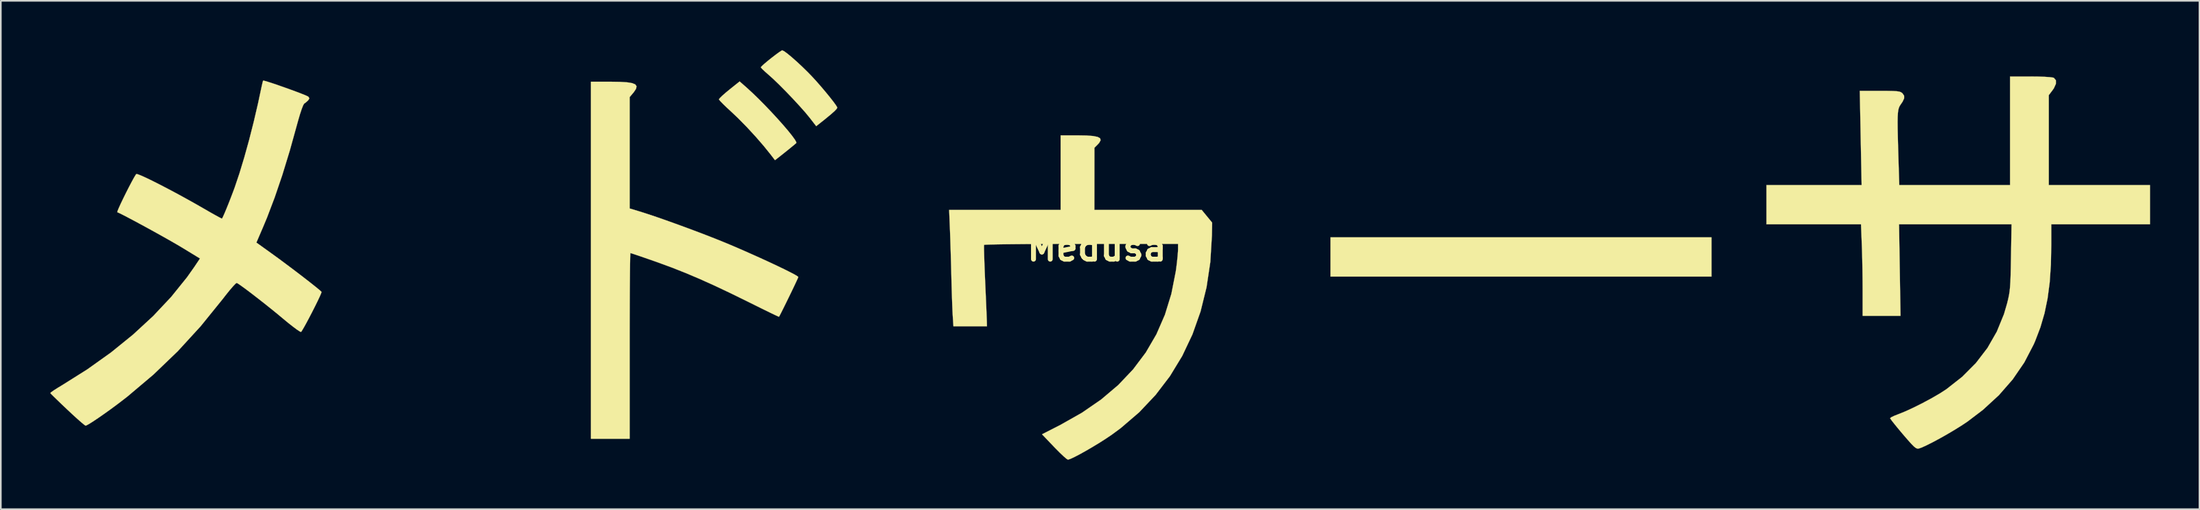
<source format=kicad_pcb>
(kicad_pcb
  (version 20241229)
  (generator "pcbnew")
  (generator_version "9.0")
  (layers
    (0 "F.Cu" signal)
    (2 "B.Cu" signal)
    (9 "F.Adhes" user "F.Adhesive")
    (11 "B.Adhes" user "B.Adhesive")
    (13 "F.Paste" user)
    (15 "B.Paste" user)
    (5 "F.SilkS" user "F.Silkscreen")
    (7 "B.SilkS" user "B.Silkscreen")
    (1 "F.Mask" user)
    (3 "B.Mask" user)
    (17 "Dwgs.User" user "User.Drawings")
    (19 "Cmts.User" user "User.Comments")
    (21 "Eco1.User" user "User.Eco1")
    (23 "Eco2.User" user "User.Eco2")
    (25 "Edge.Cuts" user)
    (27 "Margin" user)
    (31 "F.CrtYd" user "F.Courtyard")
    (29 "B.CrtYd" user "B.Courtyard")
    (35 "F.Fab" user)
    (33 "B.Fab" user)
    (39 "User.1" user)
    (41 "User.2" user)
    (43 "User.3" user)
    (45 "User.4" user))
  (footprint "Medusa"
    (layer "F.Cu")
    (at 63.524 11.991)
    (property "Reference" "Medusa" (at 0 0 0) (layer "F.SilkS") (effects (font (size 1.524 1.524) (thickness 0.3))))
    (attr through_hole)
    (fp_poly (pts (xy 37.304 1.746) (xy 14.179 1.746) (xy 14.179 -0.635) (xy 37.304 -0.635) (xy 37.304 1.746)) (stroke (width 0.01) (type solid)) (fill yes) (layer "F.SilkS"))
    (fp_poly (pts (xy -21.248 -9.716) (xy -20.905 -9.402) (xy -20.533 -9.042) (xy -20.147 -8.652) (xy -19.761 -8.248) (xy -19.389 -7.845) (xy -19.045 -7.459) (xy -18.745 -7.108) (xy -18.502 -6.805) (xy -18.33 -6.568) (xy -18.243 -6.413) (xy -18.243 -6.36) (xy -18.362 -6.258) (xy -18.562 -6.093) (xy -18.806 -5.895) (xy -19.052 -5.698) (xy -19.262 -5.533) (xy -19.265 -5.53) (xy -19.537 -5.319) (xy -19.795 -5.656) (xy -20.225 -6.189) (xy -20.728 -6.768) (xy -21.262 -7.346) (xy -21.785 -7.877) (xy -22.167 -8.238) (xy -22.451 -8.5) (xy -22.688 -8.729) (xy -22.857 -8.903) (xy -22.936 -9.001) (xy -22.94 -9.011) (xy -22.884 -9.088) (xy -22.732 -9.237) (xy -22.509 -9.432) (xy -22.313 -9.593) (xy -21.683 -10.098) (xy -21.248 -9.716)) (stroke (width 0.01) (type solid)) (fill yes) (layer "F.SilkS"))
    (fp_poly (pts (xy -18.984 -11.933) (xy -18.787 -11.79) (xy -18.525 -11.574) (xy -18.219 -11.304) (xy -17.893 -11.001) (xy -17.566 -10.682) (xy -17.315 -10.424) (xy -17.044 -10.13) (xy -16.756 -9.802) (xy -16.471 -9.465) (xy -16.208 -9.144) (xy -15.988 -8.863) (xy -15.831 -8.647) (xy -15.757 -8.52) (xy -15.755 -8.515) (xy -15.787 -8.441) (xy -15.913 -8.305) (xy -16.143 -8.101) (xy -16.484 -7.82) (xy -16.763 -7.598) (xy -17.034 -7.383) (xy -17.421 -7.882) (xy -17.688 -8.207) (xy -18.039 -8.603) (xy -18.442 -9.039) (xy -18.866 -9.482) (xy -19.28 -9.899) (xy -19.654 -10.259) (xy -19.922 -10.499) (xy -20.143 -10.693) (xy -20.308 -10.85) (xy -20.391 -10.944) (xy -20.396 -10.955) (xy -20.339 -11.027) (xy -20.188 -11.165) (xy -19.976 -11.343) (xy -19.734 -11.537) (xy -19.492 -11.723) (xy -19.283 -11.875) (xy -19.138 -11.968) (xy -19.094 -11.986) (xy -18.984 -11.933)) (stroke (width 0.01) (type solid)) (fill yes) (layer "F.SilkS"))
    (fp_poly (pts (xy -28.953 -10.072) (xy -28.511 -10.045) (xy -28.2 -9.994) (xy -28.013 -9.915) (xy -27.939 -9.803) (xy -27.968 -9.654) (xy -28.093 -9.463) (xy -28.132 -9.415) (xy -28.357 -9.147) (xy -28.357 -2.388) (xy -27.807 -2.223) (xy -27.302 -2.063) (xy -26.688 -1.857) (xy -25.995 -1.614) (xy -25.256 -1.347) (xy -24.501 -1.068) (xy -23.761 -0.787) (xy -23.069 -0.516) (xy -22.456 -0.267) (xy -22.291 -0.198) (xy -21.685 0.061) (xy -21.078 0.328) (xy -20.486 0.593) (xy -19.926 0.849) (xy -19.413 1.09) (xy -18.963 1.306) (xy -18.594 1.491) (xy -18.32 1.636) (xy -18.159 1.735) (xy -18.121 1.774) (xy -18.154 1.856) (xy -18.243 2.051) (xy -18.374 2.329) (xy -18.533 2.661) (xy -18.707 3.019) (xy -18.881 3.374) (xy -19.041 3.698) (xy -19.173 3.961) (xy -19.264 4.135) (xy -19.294 4.186) (xy -19.363 4.158) (xy -19.551 4.071) (xy -19.84 3.932) (xy -20.211 3.751) (xy -20.648 3.535) (xy -21.128 3.297) (xy -22.214 2.764) (xy -23.197 2.299) (xy -24.105 1.89) (xy -24.965 1.526) (xy -25.805 1.194) (xy -26.653 0.883) (xy -26.814 0.826) (xy -27.256 0.672) (xy -27.649 0.536) (xy -27.97 0.427) (xy -28.196 0.352) (xy -28.305 0.319) (xy -28.311 0.318) (xy -28.319 0.395) (xy -28.326 0.618) (xy -28.333 0.975) (xy -28.339 1.453) (xy -28.344 2.039) (xy -28.349 2.721) (xy -28.352 3.486) (xy -28.355 4.321) (xy -28.357 5.215) (xy -28.357 5.953) (xy -28.357 11.589) (xy -30.707 11.589) (xy -30.707 -10.081) (xy -29.537 -10.081) (xy -28.953 -10.072)) (stroke (width 0.01) (type solid)) (fill yes) (layer "F.SilkS"))
    (fp_poly (pts (xy -0.629 -6.817) (xy -0.22 -6.785) (xy 0.053 -6.729) (xy 0.2 -6.644) (xy 0.226 -6.526) (xy 0.142 -6.372) (xy 0.039 -6.259) (xy -0.149 -6.072) (xy -0.15 -4.187) (xy -0.152 -2.302) (xy 3.104 -2.302) (xy 6.361 -2.302) (xy 6.678 -1.916) (xy 6.996 -1.529) (xy 6.983 -0.745) (xy 6.886 0.86) (xy 6.656 2.396) (xy 6.294 3.862) (xy 5.802 5.252) (xy 5.181 6.563) (xy 4.434 7.791) (xy 3.562 8.932) (xy 2.568 9.983) (xy 1.453 10.939) (xy 0.91 11.34) (xy 0.563 11.574) (xy 0.172 11.824) (xy -0.24 12.074) (xy -0.647 12.312) (xy -1.026 12.523) (xy -1.353 12.694) (xy -1.601 12.81) (xy -1.748 12.858) (xy -1.757 12.859) (xy -1.845 12.805) (xy -2.017 12.658) (xy -2.248 12.439) (xy -2.518 12.168) (xy -2.594 12.089) (xy -3.329 11.319) (xy -2.214 10.749) (xy -0.909 10.012) (xy 0.26 9.207) (xy 1.296 8.33) (xy 2.198 7.38) (xy 2.97 6.354) (xy 3.614 5.249) (xy 4.13 4.064) (xy 4.521 2.795) (xy 4.788 1.441) (xy 4.813 1.268) (xy 4.861 0.88) (xy 4.899 0.514) (xy 4.922 0.22) (xy 4.927 0.099) (xy 4.928 -0.238) (xy -0.943 -0.238) (xy -1.873 -0.237) (xy -2.758 -0.235) (xy -3.587 -0.232) (xy -4.348 -0.227) (xy -5.03 -0.221) (xy -5.621 -0.215) (xy -6.109 -0.207) (xy -6.483 -0.199) (xy -6.731 -0.19) (xy -6.842 -0.181) (xy -6.846 -0.179) (xy -6.851 -0.087) (xy -6.849 0.143) (xy -6.84 0.489) (xy -6.826 0.931) (xy -6.806 1.447) (xy -6.782 2.017) (xy -6.78 2.064) (xy -6.754 2.65) (xy -6.73 3.196) (xy -6.709 3.678) (xy -6.693 4.072) (xy -6.682 4.355) (xy -6.677 4.503) (xy -6.677 4.505) (xy -6.672 4.763) (xy -8.706 4.763) (xy -8.749 4.108) (xy -8.763 3.827) (xy -8.78 3.423) (xy -8.797 2.932) (xy -8.814 2.388) (xy -8.829 1.828) (xy -8.832 1.707) (xy -8.847 1.104) (xy -8.865 0.469) (xy -8.884 -0.151) (xy -8.902 -0.707) (xy -8.919 -1.155) (xy -8.92 -1.171) (xy -8.967 -2.302) (xy -2.199 -2.302) (xy -2.199 -6.826) (xy -1.18 -6.826) (xy -0.629 -6.817)) (stroke (width 0.01) (type solid)) (fill yes) (layer "F.SilkS"))
    (fp_poly (pts (xy 57.138 -10.393) (xy 57.534 -10.379) (xy 57.842 -10.358) (xy 58.036 -10.331) (xy 58.084 -10.316) (xy 58.208 -10.17) (xy 58.208 -9.953) (xy 58.085 -9.683) (xy 58.003 -9.565) (xy 57.776 -9.265) (xy 57.776 -3.81) (xy 63.917 -3.81) (xy 63.917 -1.429) (xy 57.927 -1.429) (xy 57.927 -0.179) (xy 57.904 1.021) (xy 57.831 2.095) (xy 57.703 3.069) (xy 57.517 3.971) (xy 57.267 4.825) (xy 56.949 5.658) (xy 56.859 5.865) (xy 56.289 6.96) (xy 55.586 7.986) (xy 54.748 8.945) (xy 53.773 9.84) (xy 52.836 10.551) (xy 52.473 10.792) (xy 52.052 11.054) (xy 51.6 11.321) (xy 51.146 11.577) (xy 50.717 11.807) (xy 50.34 11.996) (xy 50.044 12.129) (xy 49.89 12.182) (xy 49.807 12.189) (xy 49.715 12.155) (xy 49.596 12.064) (xy 49.432 11.899) (xy 49.205 11.645) (xy 48.923 11.318) (xy 48.655 10.999) (xy 48.427 10.72) (xy 48.256 10.504) (xy 48.161 10.371) (xy 48.146 10.342) (xy 48.212 10.287) (xy 48.387 10.201) (xy 48.633 10.103) (xy 48.658 10.094) (xy 49.082 9.922) (xy 49.589 9.688) (xy 50.135 9.414) (xy 50.674 9.124) (xy 51.163 8.84) (xy 51.557 8.586) (xy 51.558 8.585) (xy 52.521 7.829) (xy 53.353 6.993) (xy 54.053 6.08) (xy 54.621 5.089) (xy 55.057 4.023) (xy 55.247 3.373) (xy 55.31 3.115) (xy 55.36 2.881) (xy 55.397 2.645) (xy 55.424 2.38) (xy 55.445 2.059) (xy 55.46 1.657) (xy 55.472 1.146) (xy 55.482 0.575) (xy 55.516 -1.429) (xy 48.687 -1.429) (xy 48.732 1.349) (xy 48.777 4.128) (xy 46.478 4.128) (xy 46.478 2.6) (xy 46.475 2.005) (xy 46.467 1.354) (xy 46.454 0.707) (xy 46.439 0.122) (xy 46.428 -0.179) (xy 46.379 -1.429) (xy 40.64 -1.429) (xy 40.64 -3.81) (xy 46.416 -3.81) (xy 46.36 -6.668) (xy 46.305 -9.525) (xy 47.529 -9.525) (xy 47.991 -9.524) (xy 48.325 -9.517) (xy 48.557 -9.503) (xy 48.711 -9.479) (xy 48.812 -9.441) (xy 48.884 -9.387) (xy 48.903 -9.368) (xy 48.997 -9.228) (xy 48.998 -9.072) (xy 48.9 -8.865) (xy 48.777 -8.684) (xy 48.721 -8.596) (xy 48.677 -8.496) (xy 48.643 -8.365) (xy 48.619 -8.188) (xy 48.605 -7.949) (xy 48.6 -7.63) (xy 48.604 -7.215) (xy 48.615 -6.687) (xy 48.633 -6.03) (xy 48.651 -5.417) (xy 48.701 -3.81) (xy 52.063 -3.81) (xy 55.425 -3.81) (xy 55.425 -10.398) (xy 56.681 -10.398) (xy 57.138 -10.393)) (stroke (width 0.01) (type solid)) (fill yes) (layer "F.SilkS"))
    (fp_poly (pts (xy -50.527 -10.137) (xy -50.333 -10.081) (xy -50.05 -9.991) (xy -49.707 -9.874) (xy -49.329 -9.742) (xy -48.945 -9.604) (xy -48.58 -9.47) (xy -48.263 -9.349) (xy -48.02 -9.25) (xy -47.878 -9.184) (xy -47.857 -9.17) (xy -47.798 -9.072) (xy -47.86 -8.964) (xy -47.879 -8.943) (xy -48.029 -8.809) (xy -48.114 -8.749) (xy -48.173 -8.651) (xy -48.261 -8.427) (xy -48.368 -8.104) (xy -48.484 -7.708) (xy -48.531 -7.537) (xy -48.986 -5.899) (xy -49.442 -4.41) (xy -49.903 -3.056) (xy -50.37 -1.828) (xy -50.611 -1.251) (xy -51.012 -0.318) (xy -50.053 0.371) (xy -49.664 0.653) (xy -49.246 0.963) (xy -48.816 1.285) (xy -48.395 1.605) (xy -48 1.909) (xy -47.651 2.182) (xy -47.366 2.409) (xy -47.165 2.577) (xy -47.065 2.67) (xy -47.059 2.678) (xy -47.082 2.762) (xy -47.167 2.957) (xy -47.297 3.233) (xy -47.46 3.563) (xy -47.641 3.92) (xy -47.826 4.275) (xy -48 4.601) (xy -48.15 4.869) (xy -48.26 5.052) (xy -48.299 5.106) (xy -48.374 5.081) (xy -48.545 4.969) (xy -48.792 4.785) (xy -49.097 4.545) (xy -49.377 4.313) (xy -49.746 4.006) (xy -50.148 3.68) (xy -50.563 3.349) (xy -50.972 3.03) (xy -51.353 2.736) (xy -51.688 2.484) (xy -51.958 2.289) (xy -52.141 2.165) (xy -52.208 2.13) (xy -52.281 2.18) (xy -52.428 2.335) (xy -52.634 2.574) (xy -52.879 2.878) (xy -53.047 3.096) (xy -54.39 4.754) (xy -55.787 6.279) (xy -57.259 7.692) (xy -58.827 9.016) (xy -59.029 9.174) (xy -59.419 9.472) (xy -59.823 9.772) (xy -60.222 10.058) (xy -60.593 10.316) (xy -60.916 10.533) (xy -61.17 10.693) (xy -61.334 10.782) (xy -61.378 10.795) (xy -61.457 10.744) (xy -61.629 10.603) (xy -61.874 10.388) (xy -62.172 10.117) (xy -62.479 9.83) (xy -62.806 9.52) (xy -63.092 9.245) (xy -63.318 9.025) (xy -63.467 8.877) (xy -63.519 8.818) (xy -63.465 8.763) (xy -63.304 8.649) (xy -63.061 8.494) (xy -62.807 8.341) (xy -61.272 7.376) (xy -59.832 6.349) (xy -58.497 5.267) (xy -57.277 4.142) (xy -56.184 2.98) (xy -55.226 1.793) (xy -54.791 1.178) (xy -54.436 0.649) (xy -55.518 -0.011) (xy -55.814 -0.187) (xy -56.189 -0.403) (xy -56.622 -0.648) (xy -57.089 -0.908) (xy -57.569 -1.173) (xy -58.04 -1.429) (xy -58.479 -1.665) (xy -58.865 -1.869) (xy -59.175 -2.029) (xy -59.386 -2.131) (xy -59.456 -2.161) (xy -59.441 -2.232) (xy -59.366 -2.414) (xy -59.246 -2.679) (xy -59.093 -2.998) (xy -58.922 -3.344) (xy -58.747 -3.689) (xy -58.582 -4.003) (xy -58.441 -4.26) (xy -58.337 -4.432) (xy -58.302 -4.478) (xy -58.216 -4.466) (xy -58.013 -4.387) (xy -57.71 -4.25) (xy -57.325 -4.064) (xy -56.873 -3.836) (xy -56.371 -3.575) (xy -55.837 -3.291) (xy -55.288 -2.991) (xy -54.739 -2.685) (xy -54.217 -2.386) (xy -53.851 -2.175) (xy -53.535 -1.997) (xy -53.29 -1.863) (xy -53.139 -1.786) (xy -53.1 -1.772) (xy -53.046 -1.871) (xy -52.95 -2.086) (xy -52.823 -2.388) (xy -52.679 -2.745) (xy -52.531 -3.126) (xy -52.389 -3.5) (xy -52.324 -3.678) (xy -52.039 -4.525) (xy -51.746 -5.492) (xy -51.454 -6.543) (xy -51.175 -7.64) (xy -50.917 -8.746) (xy -50.759 -9.485) (xy -50.696 -9.782) (xy -50.643 -10.012) (xy -50.61 -10.137) (xy -50.605 -10.148) (xy -50.527 -10.137)) (stroke (width 0.01) (type solid)) (fill yes) (layer "F.SilkS")))
  (gr_rect
    (start -3 -3)
    (end 130.446 27.854)
    (stroke (width 0.1) (type default))
    (fill no)
    (layer "Edge.Cuts")))
</source>
